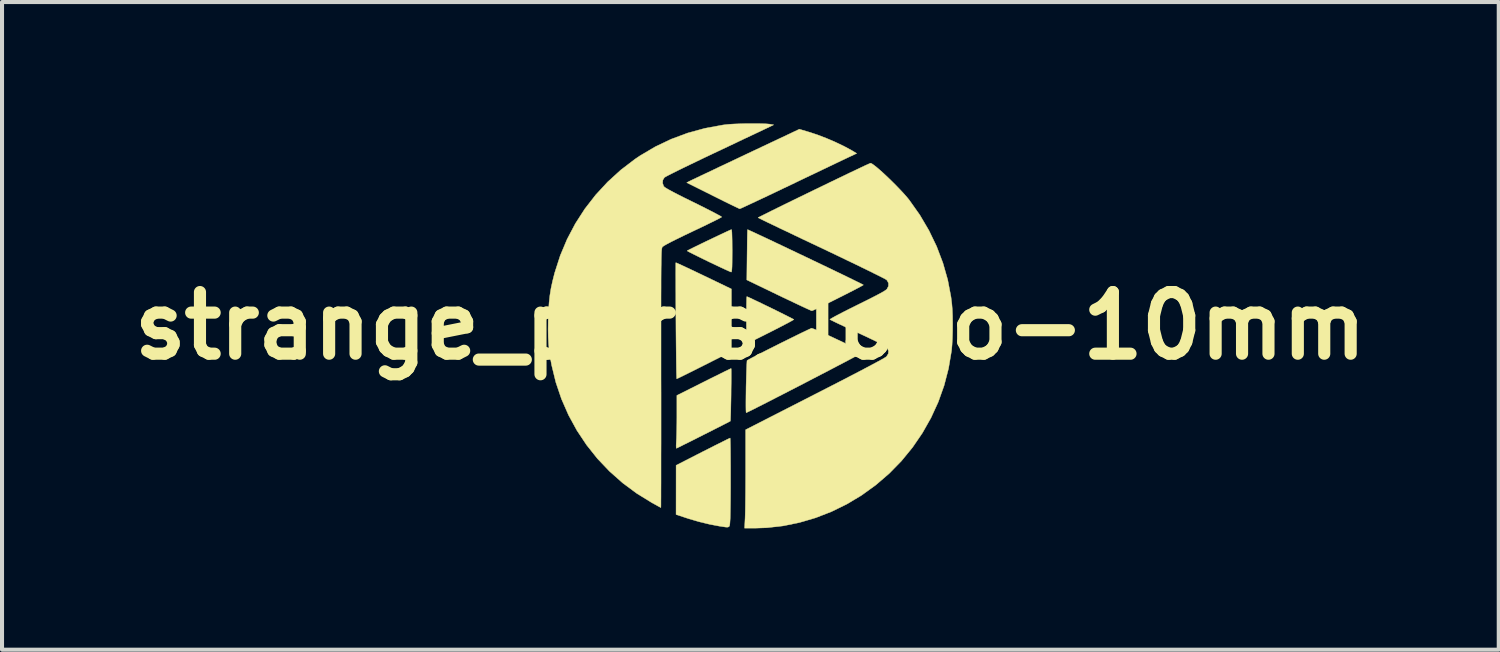
<source format=kicad_pcb>
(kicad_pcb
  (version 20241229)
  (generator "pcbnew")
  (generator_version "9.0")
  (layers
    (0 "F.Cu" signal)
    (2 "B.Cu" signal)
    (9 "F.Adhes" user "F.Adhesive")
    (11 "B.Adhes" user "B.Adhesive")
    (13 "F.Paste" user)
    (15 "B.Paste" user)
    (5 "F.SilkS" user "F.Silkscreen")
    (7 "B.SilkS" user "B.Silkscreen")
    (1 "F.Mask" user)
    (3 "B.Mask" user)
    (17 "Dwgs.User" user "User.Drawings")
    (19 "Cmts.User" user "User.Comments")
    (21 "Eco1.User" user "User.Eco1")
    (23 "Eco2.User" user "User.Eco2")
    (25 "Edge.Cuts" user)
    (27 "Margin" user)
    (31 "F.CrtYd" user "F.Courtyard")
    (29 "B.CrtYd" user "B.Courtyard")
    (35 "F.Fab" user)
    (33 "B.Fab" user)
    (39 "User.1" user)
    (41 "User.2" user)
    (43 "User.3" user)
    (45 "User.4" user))
  (footprint "strange_parts_logo-10mm"
    (layer "F.Cu")
    (at 15.501 5.005)
    (property "Reference" "strange_parts_logo-10mm" (at 0 0 0) (layer "F.SilkS") (effects (font (size 1.524 1.524) (thickness 0.3))))
    (attr through_hole)
    (fp_poly (pts (xy -0.498 2.793) (xy -0.496 2.847) (xy -0.494 2.93) (xy -0.492 3.04) (xy -0.491 3.171) (xy -0.49 3.319) (xy -0.489 3.48) (xy -0.489 3.649) (xy -0.489 3.822) (xy -0.489 3.995) (xy -0.49 4.162) (xy -0.491 4.32) (xy -0.493 4.465) (xy -0.495 4.591) (xy -0.497 4.695) (xy -0.499 4.772) (xy -0.501 4.803) (xy -0.506 4.88) (xy -0.512 4.932) (xy -0.526 4.963) (xy -0.554 4.977) (xy -0.602 4.977) (xy -0.678 4.966) (xy -0.769 4.952) (xy -1.006 4.907) (xy -1.263 4.845) (xy -1.523 4.769) (xy -1.597 4.745) (xy -1.837 4.665) (xy -1.836 3.449) (xy -1.175 3.111) (xy -1.026 3.036) (xy -0.889 2.966) (xy -0.766 2.905) (xy -0.662 2.853) (xy -0.581 2.812) (xy -0.526 2.786) (xy -0.502 2.775) (xy -0.501 2.774) (xy -0.498 2.793)) (stroke (width 0.01) (type solid)) (fill yes) (layer "F.SilkS"))
    (fp_poly (pts (xy -1.825 -1.555) (xy -1.775 -1.533) (xy -1.698 -1.498) (xy -1.597 -1.451) (xy -1.476 -1.394) (xy -1.339 -1.329) (xy -1.19 -1.258) (xy -1.153 -1.24) (xy -0.469 -0.911) (xy -0.469 -0.138) (xy -0.47 0.635) (xy -1.139 0.973) (xy -1.288 1.048) (xy -1.426 1.117) (xy -1.55 1.179) (xy -1.655 1.231) (xy -1.737 1.271) (xy -1.793 1.298) (xy -1.819 1.309) (xy -1.82 1.31) (xy -1.822 1.291) (xy -1.824 1.235) (xy -1.827 1.147) (xy -1.829 1.029) (xy -1.831 0.884) (xy -1.833 0.716) (xy -1.835 0.526) (xy -1.837 0.319) (xy -1.839 0.098) (xy -1.84 -0.122) (xy -1.842 -0.355) (xy -1.843 -0.576) (xy -1.843 -0.783) (xy -1.844 -0.972) (xy -1.844 -1.14) (xy -1.845 -1.284) (xy -1.844 -1.402) (xy -1.844 -1.489) (xy -1.844 -1.543) (xy -1.843 -1.561) (xy -1.825 -1.555)) (stroke (width 0.01) (type solid)) (fill yes) (layer "F.SilkS"))
    (fp_poly (pts (xy -0.462 -2.363) (xy -0.457 -2.31) (xy -0.454 -2.223) (xy -0.451 -2.105) (xy -0.45 -1.959) (xy -0.449 -1.858) (xy -0.45 -1.693) (xy -0.451 -1.563) (xy -0.453 -1.466) (xy -0.457 -1.398) (xy -0.462 -1.355) (xy -0.468 -1.333) (xy -0.474 -1.329) (xy -0.497 -1.337) (xy -0.551 -1.361) (xy -0.631 -1.397) (xy -0.732 -1.444) (xy -0.85 -1.5) (xy -0.981 -1.562) (xy -1.031 -1.586) (xy -1.164 -1.651) (xy -1.284 -1.71) (xy -1.389 -1.762) (xy -1.473 -1.804) (xy -1.531 -1.835) (xy -1.561 -1.852) (xy -1.563 -1.854) (xy -1.546 -1.864) (xy -1.499 -1.889) (xy -1.427 -1.925) (xy -1.335 -1.97) (xy -1.229 -2.022) (xy -1.113 -2.078) (xy -0.993 -2.135) (xy -0.874 -2.192) (xy -0.76 -2.246) (xy -0.658 -2.294) (xy -0.573 -2.334) (xy -0.509 -2.363) (xy -0.471 -2.379) (xy -0.468 -2.38) (xy -0.462 -2.363)) (stroke (width 0.01) (type solid)) (fill yes) (layer "F.SilkS"))
    (fp_poly (pts (xy -0.066 -0.715) (xy -0.014 -0.692) (xy 0.062 -0.656) (xy 0.157 -0.611) (xy 0.266 -0.559) (xy 0.385 -0.501) (xy 0.509 -0.441) (xy 0.632 -0.381) (xy 0.749 -0.323) (xy 0.855 -0.27) (xy 0.946 -0.224) (xy 1.016 -0.188) (xy 1.061 -0.165) (xy 1.075 -0.156) (xy 1.058 -0.144) (xy 1.011 -0.117) (xy 0.939 -0.078) (xy 0.848 -0.03) (xy 0.741 0.026) (xy 0.624 0.086) (xy 0.502 0.148) (xy 0.379 0.21) (xy 0.262 0.269) (xy 0.155 0.322) (xy 0.062 0.368) (xy -0.011 0.402) (xy -0.059 0.424) (xy -0.076 0.43) (xy -0.083 0.416) (xy -0.088 0.373) (xy -0.092 0.298) (xy -0.095 0.191) (xy -0.097 0.049) (xy -0.098 -0.131) (xy -0.098 -0.147) (xy -0.097 -0.292) (xy -0.096 -0.424) (xy -0.095 -0.538) (xy -0.093 -0.629) (xy -0.091 -0.691) (xy -0.088 -0.721) (xy -0.087 -0.723) (xy -0.066 -0.715)) (stroke (width 0.01) (type solid)) (fill yes) (layer "F.SilkS"))
    (fp_poly (pts (xy -0.474 1.074) (xy -0.473 1.126) (xy -0.473 1.206) (xy -0.473 1.309) (xy -0.474 1.428) (xy -0.476 1.559) (xy -0.477 1.696) (xy -0.479 1.834) (xy -0.482 1.966) (xy -0.484 2.087) (xy -0.487 2.192) (xy -0.49 2.276) (xy -0.492 2.332) (xy -0.495 2.356) (xy -0.495 2.356) (xy -0.531 2.375) (xy -0.594 2.408) (xy -0.681 2.452) (xy -0.786 2.506) (xy -0.905 2.566) (xy -1.032 2.631) (xy -1.165 2.697) (xy -1.296 2.764) (xy -1.423 2.828) (xy -1.541 2.887) (xy -1.645 2.938) (xy -1.729 2.981) (xy -1.791 3.011) (xy -1.824 3.027) (xy -1.828 3.028) (xy -1.833 3.01) (xy -1.835 2.962) (xy -1.832 2.892) (xy -1.83 2.85) (xy -1.826 2.778) (xy -1.823 2.675) (xy -1.82 2.55) (xy -1.818 2.411) (xy -1.817 2.266) (xy -1.817 2.196) (xy -1.817 1.721) (xy -1.153 1.388) (xy -1.004 1.313) (xy -0.866 1.245) (xy -0.743 1.184) (xy -0.639 1.132) (xy -0.557 1.093) (xy -0.502 1.066) (xy -0.477 1.055) (xy -0.476 1.055) (xy -0.474 1.074)) (stroke (width 0.01) (type solid)) (fill yes) (layer "F.SilkS"))
    (fp_poly (pts (xy 1.431 -4.796) (xy 1.65 -4.725) (xy 1.877 -4.638) (xy 2.103 -4.541) (xy 2.316 -4.439) (xy 2.505 -4.337) (xy 2.55 -4.31) (xy 2.628 -4.262) (xy 2.462 -4.184) (xy 2.417 -4.163) (xy 2.339 -4.126) (xy 2.233 -4.076) (xy 2.102 -4.013) (xy 1.949 -3.94) (xy 1.777 -3.858) (xy 1.589 -3.768) (xy 1.389 -3.673) (xy 1.18 -3.573) (xy 1.027 -3.499) (xy 0.818 -3.4) (xy 0.62 -3.305) (xy 0.435 -3.217) (xy 0.265 -3.137) (xy 0.114 -3.066) (xy -0.016 -3.005) (xy -0.121 -2.956) (xy -0.199 -2.92) (xy -0.247 -2.899) (xy -0.263 -2.893) (xy -0.284 -2.902) (xy -0.337 -2.927) (xy -0.416 -2.965) (xy -0.519 -3.015) (xy -0.64 -3.074) (xy -0.776 -3.142) (xy -0.923 -3.215) (xy -0.928 -3.218) (xy -1.573 -3.54) (xy -1.514 -3.571) (xy -1.487 -3.584) (xy -1.428 -3.613) (xy -1.339 -3.655) (xy -1.224 -3.71) (xy -1.084 -3.776) (xy -0.924 -3.852) (xy -0.746 -3.937) (xy -0.552 -4.028) (xy -0.347 -4.125) (xy -0.132 -4.227) (xy -0.122 -4.232) (xy 1.211 -4.861) (xy 1.431 -4.796)) (stroke (width 0.01) (type solid)) (fill yes) (layer "F.SilkS"))
    (fp_poly (pts (xy -0.052 -2.372) (xy -0.002 -2.349) (xy 0.078 -2.313) (xy 0.182 -2.264) (xy 0.309 -2.205) (xy 0.456 -2.136) (xy 0.618 -2.059) (xy 0.793 -1.976) (xy 0.978 -1.888) (xy 1.169 -1.797) (xy 1.363 -1.705) (xy 1.557 -1.612) (xy 1.748 -1.521) (xy 1.933 -1.432) (xy 2.108 -1.348) (xy 2.27 -1.27) (xy 2.416 -1.199) (xy 2.543 -1.137) (xy 2.647 -1.086) (xy 2.726 -1.047) (xy 2.776 -1.022) (xy 2.794 -1.011) (xy 2.794 -1.011) (xy 2.777 -0.999) (xy 2.73 -0.973) (xy 2.657 -0.934) (xy 2.564 -0.885) (xy 2.454 -0.829) (xy 2.333 -0.767) (xy 2.205 -0.703) (xy 2.076 -0.638) (xy 1.95 -0.575) (xy 1.831 -0.517) (xy 1.725 -0.465) (xy 1.636 -0.422) (xy 1.569 -0.391) (xy 1.528 -0.374) (xy 1.519 -0.372) (xy 1.497 -0.38) (xy 1.443 -0.404) (xy 1.362 -0.441) (xy 1.256 -0.49) (xy 1.13 -0.55) (xy 0.987 -0.618) (xy 0.83 -0.692) (xy 0.703 -0.753) (xy -0.088 -1.135) (xy -0.081 -1.754) (xy -0.079 -1.906) (xy -0.078 -2.044) (xy -0.076 -2.164) (xy -0.074 -2.262) (xy -0.072 -2.333) (xy -0.071 -2.372) (xy -0.07 -2.378) (xy -0.052 -2.372)) (stroke (width 0.01) (type solid)) (fill yes) (layer "F.SilkS"))
    (fp_poly (pts (xy 1.543 0.068) (xy 1.599 0.09) (xy 1.68 0.125) (xy 1.781 0.17) (xy 1.895 0.222) (xy 2.02 0.279) (xy 2.149 0.34) (xy 2.279 0.401) (xy 2.403 0.46) (xy 2.518 0.516) (xy 2.618 0.565) (xy 2.698 0.606) (xy 2.754 0.636) (xy 2.78 0.653) (xy 2.781 0.655) (xy 2.765 0.665) (xy 2.716 0.693) (xy 2.64 0.734) (xy 2.537 0.789) (xy 2.413 0.855) (xy 2.269 0.931) (xy 2.109 1.014) (xy 1.936 1.105) (xy 1.753 1.2) (xy 1.564 1.298) (xy 1.37 1.399) (xy 1.177 1.499) (xy 0.986 1.597) (xy 0.8 1.693) (xy 0.624 1.783) (xy 0.459 1.868) (xy 0.31 1.944) (xy 0.179 2.01) (xy 0.069 2.066) (xy -0.017 2.108) (xy -0.075 2.136) (xy -0.102 2.148) (xy -0.103 2.148) (xy -0.106 2.13) (xy -0.109 2.077) (xy -0.11 1.994) (xy -0.11 1.885) (xy -0.109 1.756) (xy -0.107 1.611) (xy -0.106 1.509) (xy -0.102 1.355) (xy -0.098 1.213) (xy -0.094 1.089) (xy -0.09 0.987) (xy -0.086 0.911) (xy -0.083 0.867) (xy -0.081 0.857) (xy -0.058 0.843) (xy -0.005 0.814) (xy 0.075 0.772) (xy 0.176 0.719) (xy 0.295 0.659) (xy 0.426 0.592) (xy 0.567 0.521) (xy 0.712 0.448) (xy 0.857 0.376) (xy 0.999 0.306) (xy 1.131 0.241) (xy 1.251 0.182) (xy 1.354 0.133) (xy 1.435 0.094) (xy 1.49 0.069) (xy 1.515 0.059) (xy 1.516 0.059) (xy 1.543 0.068)) (stroke (width 0.01) (type solid)) (fill yes) (layer "F.SilkS"))
    (fp_poly (pts (xy 0.171 -5) (xy 0.297 -4.997) (xy 0.402 -4.993) (xy 0.477 -4.986) (xy 0.488 -4.984) (xy 0.576 -4.969) (xy 0.391 -4.88) (xy 0.34 -4.856) (xy 0.258 -4.817) (xy 0.148 -4.765) (xy 0.013 -4.701) (xy -0.143 -4.628) (xy -0.315 -4.546) (xy -0.502 -4.457) (xy -0.699 -4.364) (xy -0.902 -4.268) (xy -0.938 -4.251) (xy -1.137 -4.157) (xy -1.326 -4.066) (xy -1.503 -3.981) (xy -1.664 -3.903) (xy -1.806 -3.833) (xy -1.926 -3.773) (xy -2.021 -3.725) (xy -2.087 -3.69) (xy -2.122 -3.669) (xy -2.126 -3.666) (xy -2.164 -3.603) (xy -2.17 -3.528) (xy -2.144 -3.454) (xy -2.141 -3.449) (xy -2.121 -3.429) (xy -2.077 -3.4) (xy -2.008 -3.36) (xy -1.912 -3.308) (xy -1.788 -3.244) (xy -1.632 -3.165) (xy -1.443 -3.072) (xy -1.405 -3.054) (xy -1.252 -2.978) (xy -1.111 -2.907) (xy -0.985 -2.843) (xy -0.879 -2.788) (xy -0.795 -2.743) (xy -0.737 -2.711) (xy -0.71 -2.693) (xy -0.709 -2.69) (xy -0.727 -2.678) (xy -0.777 -2.651) (xy -0.855 -2.611) (xy -0.957 -2.561) (xy -1.079 -2.501) (xy -1.218 -2.434) (xy -1.37 -2.362) (xy -1.427 -2.335) (xy -1.641 -2.233) (xy -1.819 -2.146) (xy -1.961 -2.075) (xy -2.067 -2.019) (xy -2.138 -1.978) (xy -2.173 -1.952) (xy -2.175 -1.95) (xy -2.179 -1.943) (xy -2.184 -1.932) (xy -2.187 -1.917) (xy -2.191 -1.896) (xy -2.194 -1.867) (xy -2.197 -1.827) (xy -2.199 -1.776) (xy -2.201 -1.711) (xy -2.203 -1.631) (xy -2.204 -1.533) (xy -2.206 -1.417) (xy -2.207 -1.28) (xy -2.208 -1.12) (xy -2.208 -0.936) (xy -2.209 -0.726) (xy -2.209 -0.488) (xy -2.209 -0.22) (xy -2.209 0.079) (xy -2.209 0.411) (xy -2.209 0.778) (xy -2.209 1.183) (xy -2.209 1.296) (xy -2.208 1.646) (xy -2.208 1.986) (xy -2.208 2.313) (xy -2.208 2.625) (xy -2.208 2.92) (xy -2.209 3.196) (xy -2.209 3.451) (xy -2.209 3.683) (xy -2.209 3.891) (xy -2.21 4.071) (xy -2.21 4.222) (xy -2.211 4.342) (xy -2.211 4.428) (xy -2.212 4.479) (xy -2.213 4.494) (xy -2.231 4.485) (xy -2.277 4.461) (xy -2.343 4.424) (xy -2.423 4.38) (xy -2.431 4.376) (xy -2.806 4.145) (xy -3.157 3.885) (xy -3.482 3.597) (xy -3.78 3.284) (xy -4.049 2.946) (xy -4.288 2.587) (xy -4.495 2.208) (xy -4.669 1.811) (xy -4.809 1.398) (xy -4.912 0.977) (xy -4.946 0.796) (xy -4.97 0.626) (xy -4.987 0.458) (xy -4.997 0.281) (xy -5 0.085) (xy -4.997 -0.139) (xy -4.997 -0.153) (xy -4.989 -0.378) (xy -4.976 -0.576) (xy -4.956 -0.756) (xy -4.928 -0.93) (xy -4.889 -1.108) (xy -4.84 -1.302) (xy -4.835 -1.319) (xy -4.7 -1.738) (xy -4.53 -2.142) (xy -4.327 -2.527) (xy -4.091 -2.893) (xy -3.824 -3.237) (xy -3.527 -3.558) (xy -3.203 -3.853) (xy -2.852 -4.121) (xy -2.726 -4.206) (xy -2.35 -4.428) (xy -1.957 -4.615) (xy -1.548 -4.767) (xy -1.124 -4.883) (xy -0.685 -4.964) (xy -0.606 -4.974) (xy -0.514 -4.983) (xy -0.396 -4.99) (xy -0.261 -4.995) (xy -0.116 -4.999) (xy 0.03 -5) (xy 0.171 -5)) (stroke (width 0.01) (type solid)) (fill yes) (layer "F.SilkS"))
    (fp_poly (pts (xy 2.996 -4.013) (xy 3.046 -3.979) (xy 3.116 -3.925) (xy 3.2 -3.853) (xy 3.295 -3.768) (xy 3.397 -3.672) (xy 3.502 -3.57) (xy 3.607 -3.465) (xy 3.707 -3.361) (xy 3.799 -3.262) (xy 3.878 -3.172) (xy 3.93 -3.107) (xy 4.189 -2.741) (xy 4.414 -2.359) (xy 4.605 -1.963) (xy 4.76 -1.555) (xy 4.879 -1.138) (xy 4.96 -0.713) (xy 4.981 -0.543) (xy 4.992 -0.408) (xy 4.999 -0.244) (xy 5.001 -0.064) (xy 5 0.123) (xy 4.995 0.304) (xy 4.986 0.471) (xy 4.974 0.611) (xy 4.972 0.624) (xy 4.899 1.056) (xy 4.79 1.476) (xy 4.645 1.883) (xy 4.465 2.275) (xy 4.253 2.65) (xy 4.01 3.005) (xy 3.736 3.34) (xy 3.433 3.65) (xy 3.102 3.935) (xy 2.745 4.193) (xy 2.745 4.193) (xy 2.383 4.409) (xy 2.005 4.594) (xy 1.614 4.746) (xy 1.215 4.863) (xy 0.812 4.946) (xy 0.408 4.992) (xy 0.12 5.002) (xy -0.143 5.002) (xy -0.13 4.753) (xy -0.128 4.682) (xy -0.125 4.578) (xy -0.123 4.445) (xy -0.121 4.287) (xy -0.119 4.112) (xy -0.118 3.923) (xy -0.117 3.725) (xy -0.117 3.536) (xy -0.117 2.569) (xy 1.597 1.693) (xy 1.91 1.533) (xy 2.194 1.387) (xy 2.449 1.255) (xy 2.675 1.138) (xy 2.87 1.035) (xy 3.034 0.948) (xy 3.166 0.877) (xy 3.266 0.822) (xy 3.332 0.783) (xy 3.364 0.761) (xy 3.365 0.76) (xy 3.41 0.69) (xy 3.416 0.62) (xy 3.383 0.55) (xy 3.365 0.53) (xy 3.33 0.503) (xy 3.258 0.462) (xy 3.152 0.407) (xy 3.01 0.337) (xy 2.831 0.252) (xy 2.647 0.167) (xy 2.497 0.097) (xy 2.357 0.032) (xy 2.233 -0.026) (xy 2.128 -0.076) (xy 2.046 -0.116) (xy 1.99 -0.143) (xy 1.967 -0.156) (xy 1.966 -0.156) (xy 1.979 -0.168) (xy 2.024 -0.195) (xy 2.097 -0.236) (xy 2.194 -0.287) (xy 2.312 -0.348) (xy 2.448 -0.417) (xy 2.597 -0.491) (xy 2.641 -0.513) (xy 2.841 -0.612) (xy 3.006 -0.695) (xy 3.139 -0.764) (xy 3.242 -0.819) (xy 3.315 -0.862) (xy 3.36 -0.893) (xy 3.376 -0.908) (xy 3.414 -0.981) (xy 3.415 -1.055) (xy 3.38 -1.122) (xy 3.365 -1.137) (xy 3.34 -1.153) (xy 3.282 -1.184) (xy 3.194 -1.229) (xy 3.078 -1.286) (xy 2.938 -1.356) (xy 2.775 -1.435) (xy 2.593 -1.524) (xy 2.394 -1.619) (xy 2.181 -1.722) (xy 1.956 -1.829) (xy 1.759 -1.923) (xy 1.528 -2.032) (xy 1.306 -2.137) (xy 1.098 -2.236) (xy 0.905 -2.329) (xy 0.729 -2.412) (xy 0.574 -2.487) (xy 0.441 -2.55) (xy 0.334 -2.602) (xy 0.255 -2.641) (xy 0.207 -2.665) (xy 0.191 -2.673) (xy 0.207 -2.683) (xy 0.255 -2.708) (xy 0.331 -2.746) (xy 0.433 -2.797) (xy 0.557 -2.859) (xy 0.701 -2.93) (xy 0.86 -3.008) (xy 1.032 -3.092) (xy 1.214 -3.181) (xy 1.402 -3.272) (xy 1.593 -3.365) (xy 1.784 -3.457) (xy 1.971 -3.548) (xy 2.152 -3.635) (xy 2.323 -3.717) (xy 2.48 -3.793) (xy 2.622 -3.86) (xy 2.744 -3.918) (xy 2.843 -3.965) (xy 2.917 -3.998) (xy 2.961 -4.018) (xy 2.969 -4.021) (xy 2.996 -4.013)) (stroke (width 0.01) (type solid)) (fill yes) (layer "F.SilkS")))
  (gr_rect
    (start -3 -3)
    (end 34.003 13.012)
    (stroke (width 0.1) (type default))
    (fill no)
    (layer "Edge.Cuts")))
</source>
